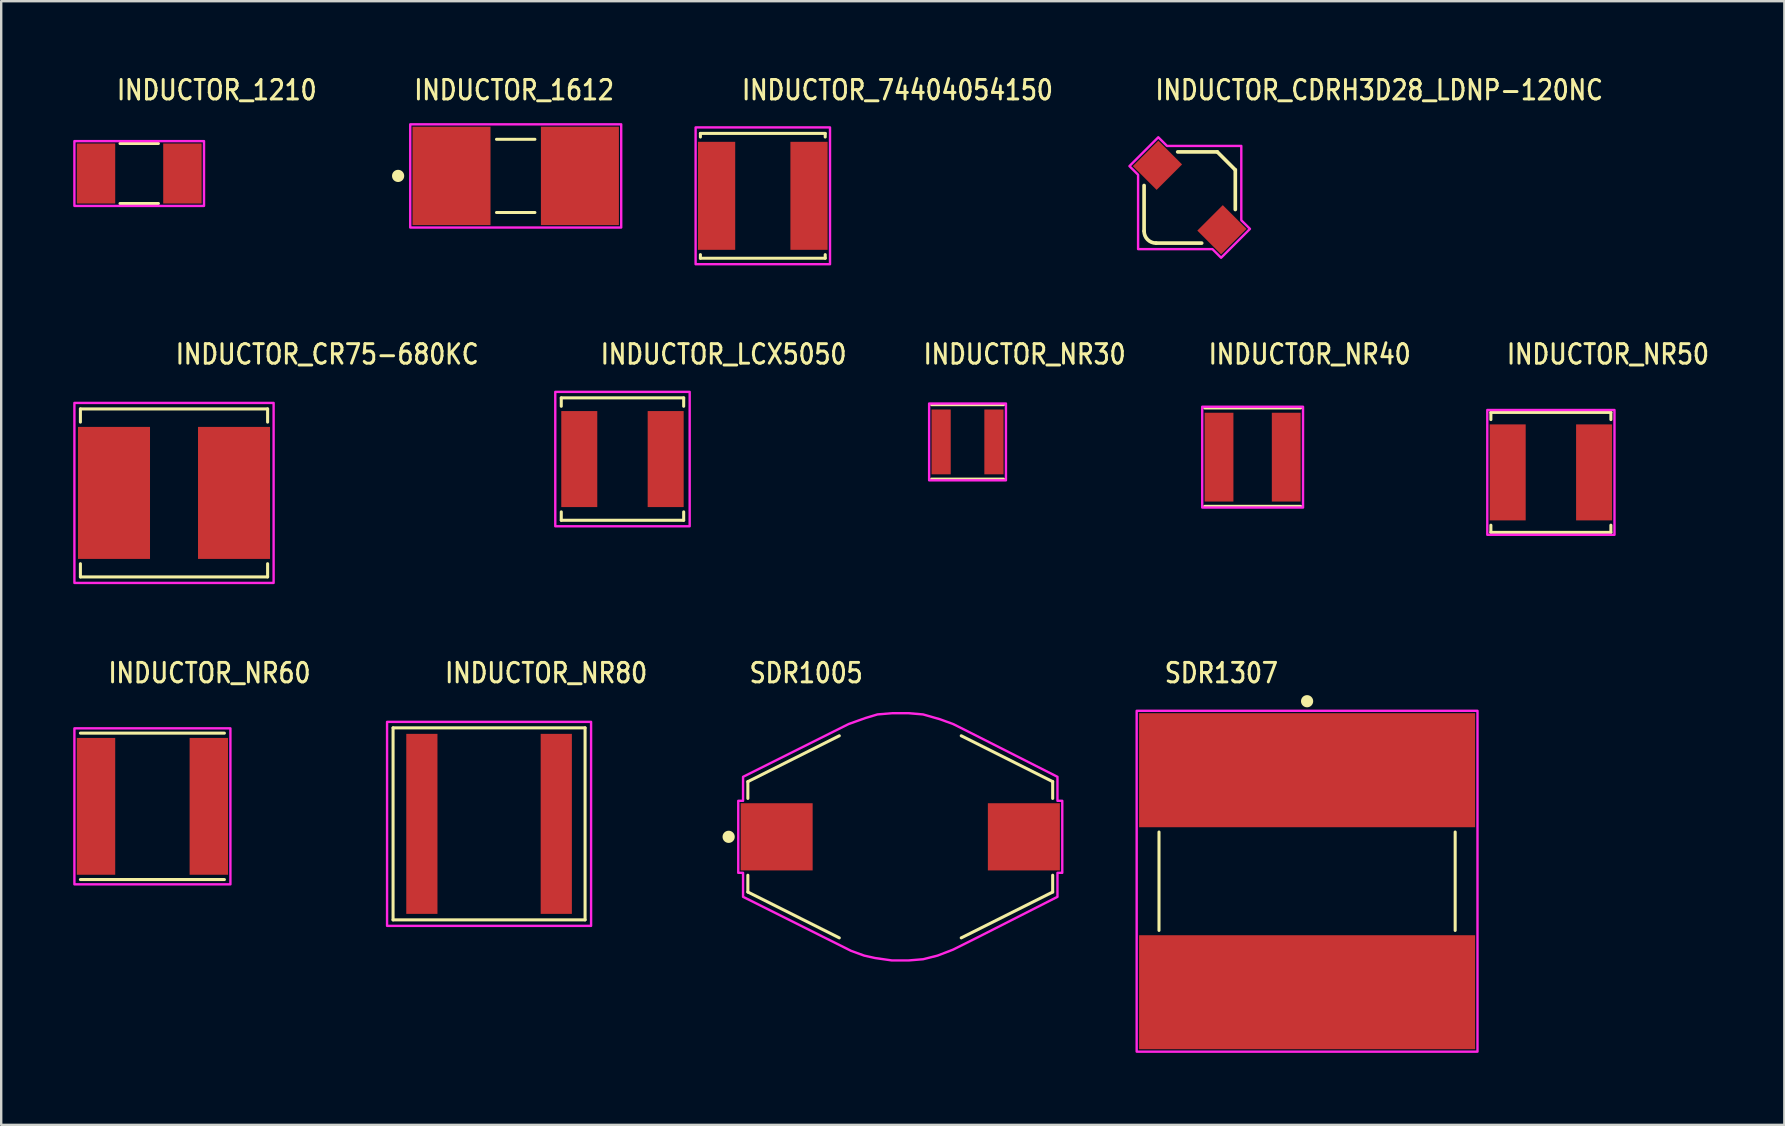
<source format=kicad_pcb>
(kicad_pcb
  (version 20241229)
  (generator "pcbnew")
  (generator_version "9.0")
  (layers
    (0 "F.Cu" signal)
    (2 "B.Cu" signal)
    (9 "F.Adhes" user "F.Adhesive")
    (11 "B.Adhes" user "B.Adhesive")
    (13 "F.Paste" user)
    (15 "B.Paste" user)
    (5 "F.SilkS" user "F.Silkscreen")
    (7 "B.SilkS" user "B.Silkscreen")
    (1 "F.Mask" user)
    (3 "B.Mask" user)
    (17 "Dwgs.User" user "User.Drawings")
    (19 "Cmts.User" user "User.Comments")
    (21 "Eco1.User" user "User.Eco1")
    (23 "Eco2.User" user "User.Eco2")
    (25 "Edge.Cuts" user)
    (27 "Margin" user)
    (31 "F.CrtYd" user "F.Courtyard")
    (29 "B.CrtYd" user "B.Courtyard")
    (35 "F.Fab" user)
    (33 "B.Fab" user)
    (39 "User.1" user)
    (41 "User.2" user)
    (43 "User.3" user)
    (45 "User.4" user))
  (footprint "INDUCTOR_NR40"
    (layer "F.Cu")
    (at 49.14 15.997)
    (property "Reference" "INDUCTOR_NR40" (at -1.905 -3.81 0) (unlocked yes) (layer "F.SilkS") (effects (font (size 0.813 0.695) (thickness 0.122)) (justify left bottom)))
    (fp_line (start -2 -2.05) (end 2 -2.05) (stroke (width 0.127) (type solid)) (layer "F.SilkS"))
    (fp_line (start -2 2.05) (end 2 2.05) (stroke (width 0.127) (type solid)) (layer "F.SilkS"))
    (fp_poly (pts (xy -2.1 -2.1) (xy 2.1 -2.1) (xy 2.1 2.1) (xy -2.1 2.1)) (stroke (width 0.1) (type solid)) (fill no) (layer "F.CrtYd"))
    (pad "1" smd rect (at 1.4 0) (size 1.2 3.7) (layers "F.Cu" "F.Mask" "F.Paste"))
    (pad "2" smd rect (at -1.4 0) (size 1.2 3.7) (layers "F.Cu" "F.Mask" "F.Paste")))
  (footprint "INDUCTOR_NR80"
    (layer "F.Cu")
    (at 17.327 31.276)
    (property "Reference" "INDUCTOR_NR80" (at -1.905 -5.81 0) (unlocked yes) (layer "F.SilkS") (effects (font (size 0.813 0.695) (thickness 0.122)) (justify left bottom)))
    (fp_line (start -4 -4) (end -4 4) (stroke (width 0.127) (type solid)) (layer "F.SilkS"))
    (fp_line (start -4 -4) (end 4 -4) (stroke (width 0.127) (type solid)) (layer "F.SilkS"))
    (fp_line (start -4 4) (end 4 4) (stroke (width 0.127) (type solid)) (layer "F.SilkS"))
    (fp_line (start 4 -4) (end 4 4) (stroke (width 0.127) (type solid)) (layer "F.SilkS"))
    (fp_poly (pts (xy -4.25 -4.25) (xy 4.25 -4.25) (xy 4.25 4.25) (xy -4.25 4.25)) (stroke (width 0.1) (type solid)) (fill no) (layer "F.CrtYd"))
    (pad "1" smd rect (at 2.8 0) (size 1.3 7.5) (layers "F.Cu" "F.Mask" "F.Paste"))
    (pad "2" smd rect (at -2.8 0) (size 1.3 7.5) (layers "F.Cu" "F.Mask" "F.Paste")))
  (footprint "INDUCTOR_NR30"
    (layer "F.Cu")
    (at 37.262 15.362)
    (property "Reference" "INDUCTOR_NR30" (at -1.905 -3.175 0) (unlocked yes) (layer "F.SilkS") (effects (font (size 0.813 0.695) (thickness 0.122)) (justify left bottom)))
    (fp_line (start -1.5 -1.55) (end 1.5 -1.55) (stroke (width 0.127) (type solid)) (layer "F.SilkS"))
    (fp_line (start -1.5 1.55) (end 1.5 1.55) (stroke (width 0.127) (type solid)) (layer "F.SilkS"))
    (fp_poly (pts (xy -1.6 -1.6) (xy 1.6 -1.6) (xy 1.6 1.6) (xy -1.6 1.6)) (stroke (width 0.1) (type solid)) (fill no) (layer "F.CrtYd"))
    (pad "1" smd rect (at 1.1 0) (size 0.8 2.7) (layers "F.Cu" "F.Mask" "F.Paste"))
    (pad "2" smd rect (at -1.1 0) (size 0.8 2.7) (layers "F.Cu" "F.Mask" "F.Paste")))
  (footprint "INDUCTOR_CR75-680KC"
    (layer "F.Cu")
    (at 4.2 17.487)
    (property "Reference" "INDUCTOR_CR75-680KC" (at 0 -5.3 0) (unlocked yes) (layer "F.SilkS") (effects (font (size 0.813 0.695) (thickness 0.122)) (justify left bottom)))
    (fp_line (start -3.9 -3.5) (end -3.9 -2.95) (stroke (width 0.127) (type solid)) (layer "F.SilkS"))
    (fp_line (start -3.9 -3.5) (end 3.9 -3.5) (stroke (width 0.127) (type solid)) (layer "F.SilkS"))
    (fp_line (start -3.9 2.95) (end -3.9 3.5) (stroke (width 0.127) (type solid)) (layer "F.SilkS"))
    (fp_line (start 3.9 -3.5) (end 3.9 -2.95) (stroke (width 0.127) (type solid)) (layer "F.SilkS"))
    (fp_line (start 3.9 2.95) (end 3.9 3.5) (stroke (width 0.127) (type solid)) (layer "F.SilkS"))
    (fp_line (start 3.9 3.5) (end -3.9 3.5) (stroke (width 0.127) (type solid)) (layer "F.SilkS"))
    (fp_poly (pts (xy -4.15 -3.75) (xy 4.15 -3.75) (xy 4.15 3.75) (xy -4.15 3.75)) (stroke (width 0.1) (type solid)) (fill no) (layer "F.CrtYd"))
    (pad "1" smd rect (at -2.5 0) (size 3 5.5) (layers "F.Cu" "F.Mask" "F.Paste"))
    (pad "2" smd rect (at 2.5 0) (size 3 5.5) (layers "F.Cu" "F.Mask" "F.Paste")))
  (footprint "INDUCTOR_NR50"
    (layer "F.Cu")
    (at 61.567 16.632)
    (property "Reference" "INDUCTOR_NR50" (at -1.905 -4.445 0) (unlocked yes) (layer "F.SilkS") (effects (font (size 0.813 0.695) (thickness 0.122)) (justify left bottom)))
    (fp_line (start -2.5 -2.5) (end -2.5 -2.2) (stroke (width 0.127) (type solid)) (layer "F.SilkS"))
    (fp_line (start -2.5 -2.5) (end 2.5 -2.5) (stroke (width 0.127) (type solid)) (layer "F.SilkS"))
    (fp_line (start -2.5 2.5) (end -2.5 2.2) (stroke (width 0.127) (type solid)) (layer "F.SilkS"))
    (fp_line (start -2.5 2.5) (end 2.5 2.5) (stroke (width 0.127) (type solid)) (layer "F.SilkS"))
    (fp_line (start 2.5 -2.5) (end 2.5 -2.2) (stroke (width 0.127) (type solid)) (layer "F.SilkS"))
    (fp_line (start 2.5 2.5) (end 2.5 2.2) (stroke (width 0.127) (type solid)) (layer "F.SilkS"))
    (fp_poly (pts (xy -2.65 -2.6) (xy 2.65 -2.6) (xy 2.65 2.6) (xy -2.65 2.6)) (stroke (width 0.1) (type solid)) (fill no) (layer "F.CrtYd"))
    (pad "P$1" smd rect (at 1.8 0) (size 1.5 4) (layers "F.Cu" "F.Mask" "F.Paste"))
    (pad "P$2" smd rect (at -1.8 0) (size 1.5 4) (layers "F.Cu" "F.Mask" "F.Paste")))
  (footprint "INDUCTOR_1612"
    (layer "F.Cu")
    (at 18.437 4.279)
    (property "Reference" "INDUCTOR_1612" (at -4.3 -3.1 0) (unlocked yes) (layer "F.SilkS") (effects (font (size 0.813 0.695) (thickness 0.122)) (justify left bottom)))
    (fp_line (start -0.8 -1.525) (end 0.8 -1.525) (stroke (width 0.127) (type solid)) (layer "F.SilkS"))
    (fp_line (start -0.8 1.525) (end 0.8 1.525) (stroke (width 0.127) (type solid)) (layer "F.SilkS"))
    (fp_circle (center -4.9 0) (end -4.646 0) (stroke (width 0) (type solid)) (fill yes) (layer "F.SilkS"))
    (fp_poly (pts (xy -4.395 -2.15) (xy 4.395 -2.15) (xy 4.395 2.15) (xy -4.395 2.15)) (stroke (width 0.1) (type solid)) (fill no) (layer "F.CrtYd"))
    (pad "1" smd rect (at -2.675 0) (size 3.25 4.1) (layers "F.Cu" "F.Mask" "F.Paste"))
    (pad "2" smd rect (at 2.675 0) (size 3.25 4.1) (layers "F.Cu" "F.Mask" "F.Paste")))
  (footprint "INDUCTOR_74404054150"
    (layer "F.Cu")
    (at 28.732 5.109)
    (property "Reference" "INDUCTOR_74404054150" (at -0.94 -3.93 0) (unlocked yes) (layer "F.SilkS") (effects (font (size 0.813 0.695) (thickness 0.122)) (justify left bottom)))
    (fp_line (start -2.6 -2.6) (end -2.6 -2.45) (stroke (width 0.127) (type solid)) (layer "F.SilkS"))
    (fp_line (start -2.6 -2.6) (end 2.6 -2.6) (stroke (width 0.127) (type solid)) (layer "F.SilkS"))
    (fp_line (start -2.6 2.45) (end -2.6 2.6) (stroke (width 0.127) (type solid)) (layer "F.SilkS"))
    (fp_line (start 2.6 -2.6) (end 2.6 -2.45) (stroke (width 0.127) (type solid)) (layer "F.SilkS"))
    (fp_line (start 2.6 2.45) (end 2.6 2.6) (stroke (width 0.127) (type solid)) (layer "F.SilkS"))
    (fp_line (start 2.6 2.6) (end -2.6 2.6) (stroke (width 0.127) (type solid)) (layer "F.SilkS"))
    (fp_poly (pts (xy -2.8 2.85) (xy -2.8 -2.85) (xy 2.8 -2.85) (xy 2.8 2.85)) (stroke (width 0.1) (type solid)) (fill no) (layer "F.CrtYd"))
    (pad "1" smd rect (at -1.925 0) (size 1.55 4.5) (layers "F.Cu" "F.Mask" "F.Paste"))
    (pad "2" smd rect (at 1.925 0) (size 1.55 4.5) (layers "F.Cu" "F.Mask" "F.Paste")))
  (footprint "INDUCTOR_NR60"
    (layer "F.Cu")
    (at 3.3 30.546)
    (property "Reference" "INDUCTOR_NR60" (at -1.905 -5.08 0) (unlocked yes) (layer "F.SilkS") (effects (font (size 0.813 0.695) (thickness 0.122)) (justify left bottom)))
    (fp_line (start -3 -3.05) (end 3 -3.05) (stroke (width 0.127) (type solid)) (layer "F.SilkS"))
    (fp_line (start -3 3.05) (end 3 3.05) (stroke (width 0.127) (type solid)) (layer "F.SilkS"))
    (fp_poly (pts (xy -3.25 -3.25) (xy 3.25 -3.25) (xy 3.25 3.25) (xy -3.25 3.25)) (stroke (width 0.1) (type solid)) (fill no) (layer "F.CrtYd"))
    (pad "P$1" smd rect (at 2.35 0) (size 1.6 5.7) (layers "F.Cu" "F.Mask" "F.Paste"))
    (pad "P$2" smd rect (at -2.35 0) (size 1.6 5.7) (layers "F.Cu" "F.Mask" "F.Paste")))
  (footprint "INDUCTOR_1210"
    (layer "F.Cu")
    (at 2.75 4.179)
    (property "Reference" "INDUCTOR_1210" (at -1 -3 0) (unlocked yes) (layer "F.SilkS") (effects (font (size 0.813 0.695) (thickness 0.122)) (justify left bottom)))
    (fp_line (start -0.8 -1.25) (end 0.8 -1.25) (stroke (width 0.127) (type solid)) (layer "F.SilkS"))
    (fp_line (start -0.8 1.25) (end 0.8 1.25) (stroke (width 0.127) (type solid)) (layer "F.SilkS"))
    (fp_poly (pts (xy -2.7 -1.35) (xy 2.7 -1.35) (xy 2.7 1.35) (xy -2.7 1.35)) (stroke (width 0.1) (type solid)) (fill no) (layer "F.CrtYd"))
    (pad "1" smd rect (at -1.8 0) (size 1.6 2.5) (layers "F.Cu" "F.Mask" "F.Paste"))
    (pad "2" smd rect (at 1.8 0) (size 1.6 2.5) (layers "F.Cu" "F.Mask" "F.Paste")))
  (footprint "INDUCTOR_CDRH3D28_LDNP-120NC"
    (layer "F.Cu")
    (at 46.518 5.179)
    (property "Reference" "INDUCTOR_CDRH3D28_LDNP-120NC" (at -1.5 -4 0) (unlocked yes) (layer "F.SilkS") (effects (font (size 0.813 0.695) (thickness 0.122)) (justify left bottom)))
    (fp_line (start -1.9 -0.5) (end -1.9 1.4) (stroke (width 0.152) (type solid)) (layer "F.SilkS"))
    (fp_line (start -1.4 1.9) (end 0.5 1.9) (stroke (width 0.152) (type solid)) (layer "F.SilkS"))
    (fp_line (start -0.5 -1.9) (end 1.15 -1.9) (stroke (width 0.152) (type solid)) (layer "F.SilkS"))
    (fp_line (start 1.15 -1.9) (end 1.9 -1.15) (stroke (width 0.152) (type solid)) (layer "F.SilkS"))
    (fp_line (start 1.9 -1.15) (end 1.9 0.5) (stroke (width 0.152) (type solid)) (layer "F.SilkS"))
    (fp_arc (start -1.4 1.9) (mid -1.753553 1.753553) (end -1.9 1.4) (stroke (width 0.1524) (type solid)) (layer "F.SilkS"))
    (fp_poly (pts (xy -2.51 -1.308) (xy -1.308 -2.51) (xy -0.948 -2.15) (xy 2.15 -2.15) (xy 2.15 0.948) (xy 2.51 1.308) (xy 1.308 2.51) (xy 0.948 2.15) (xy -2.15 2.15) (xy -2.15 -0.948)) (stroke (width 0.1) (type solid)) (fill no) (layer "F.CrtYd"))
    (pad "1" smd rect (at -1.343 -1.343 315) (size 1.4 1.5) (layers "F.Cu" "F.Mask" "F.Paste"))
    (pad "2" smd rect (at 1.343 1.343 315) (size 1.4 1.5) (layers "F.Cu" "F.Mask" "F.Paste")))
  (footprint "SDR1005"
    (layer "F.Cu")
    (at 34.459 31.816)
    (property "Reference" "SDR1005" (at -6.35 -6.35 0) (unlocked yes) (layer "F.SilkS") (effects (font (size 0.813 0.695) (thickness 0.122)) (justify left bottom)))
    (fp_line (start -6.35 -2.3) (end -6.35 -1.6) (stroke (width 0.127) (type solid)) (layer "F.SilkS"))
    (fp_line (start -6.35 1.6) (end -6.35 2.3) (stroke (width 0.127) (type solid)) (layer "F.SilkS"))
    (fp_line (start -6.35 2.3) (end -2.54 4.21) (stroke (width 0.127) (type solid)) (layer "F.SilkS"))
    (fp_line (start -2.54 -4.21) (end -6.35 -2.3) (stroke (width 0.127) (type solid)) (layer "F.SilkS"))
    (fp_line (start 2.54 4.21) (end 6.35 2.3) (stroke (width 0.127) (type solid)) (layer "F.SilkS"))
    (fp_line (start 6.35 -2.3) (end 2.54 -4.21) (stroke (width 0.127) (type solid)) (layer "F.SilkS"))
    (fp_line (start 6.35 -1.6) (end 6.35 -2.3) (stroke (width 0.127) (type solid)) (layer "F.SilkS"))
    (fp_line (start 6.35 2.3) (end 6.35 1.6) (stroke (width 0.127) (type solid)) (layer "F.SilkS"))
    (fp_circle (center -7.15 0) (end -6.896 0) (stroke (width 0) (type solid)) (fill yes) (layer "F.SilkS"))
    (fp_poly (pts (xy -6.75 -1.5) (xy -6.55 -1.5) (xy -6.55 -2.5) (xy -2.15 -4.7) (xy -1.45 -4.95) (xy -0.95 -5.1) (xy -0.35 -5.15) (xy 0.35 -5.15) (xy 0.95 -5.1) (xy 1.65 -4.9) (xy 2.2 -4.7) (xy 2.8 -4.4) (xy 6.55 -2.5) (xy 6.55 -1.5) (xy 6.75 -1.5) (xy 6.75 1.5) (xy 6.55 1.5) (xy 6.55 2.5) (xy 3.3 4.15) (xy 2.2 4.7) (xy 1.55 4.95) (xy 0.95 5.1) (xy 0.35 5.15) (xy -0.35 5.15) (xy -1.05 5.05) (xy -1.5 4.95) (xy -2.05 4.75) (xy -6.55 2.5) (xy -6.55 1.5) (xy -6.75 1.5)) (stroke (width 0.1) (type solid)) (fill no) (layer "F.CrtYd"))
    (pad "1" smd rect (at -5.15 0) (size 3 2.8) (layers "F.Cu" "F.Mask" "F.Paste"))
    (pad "2" smd rect (at 5.15 0) (size 3 2.8) (layers "F.Cu" "F.Mask" "F.Paste")))
  (footprint "INDUCTOR_LCX5050"
    (layer "F.Cu")
    (at 22.885 16.077)
    (property "Reference" "INDUCTOR_LCX5050" (at -0.98 -3.89 0) (unlocked yes) (layer "F.SilkS") (effects (font (size 0.813 0.695) (thickness 0.122)) (justify left bottom)))
    (fp_line (start -2.55 -2.55) (end -2.55 -2.2) (stroke (width 0.127) (type solid)) (layer "F.SilkS"))
    (fp_line (start -2.55 -2.55) (end 2.55 -2.55) (stroke (width 0.127) (type solid)) (layer "F.SilkS"))
    (fp_line (start -2.55 2.2) (end -2.55 2.55) (stroke (width 0.127) (type solid)) (layer "F.SilkS"))
    (fp_line (start 2.55 -2.55) (end 2.55 -2.2) (stroke (width 0.127) (type solid)) (layer "F.SilkS"))
    (fp_line (start 2.55 2.2) (end 2.55 2.55) (stroke (width 0.127) (type solid)) (layer "F.SilkS"))
    (fp_line (start 2.55 2.55) (end -2.55 2.55) (stroke (width 0.127) (type solid)) (layer "F.SilkS"))
    (fp_poly (pts (xy -2.8 -2.8) (xy 2.8 -2.8) (xy 2.8 2.8) (xy -2.8 2.8)) (stroke (width 0.1) (type solid)) (fill no) (layer "F.CrtYd"))
    (pad "1" smd rect (at -1.8 0) (size 1.5 4) (layers "F.Cu" "F.Mask" "F.Paste"))
    (pad "2" smd rect (at 1.8 0) (size 1.5 4) (layers "F.Cu" "F.Mask" "F.Paste")))
  (footprint "SDR1307"
    (layer "F.Cu")
    (at 51.409 33.666)
    (property "Reference" "SDR1307" (at -6 -8.2 0) (unlocked yes) (layer "F.SilkS") (effects (font (size 0.813 0.695) (thickness 0.122)) (justify left bottom)))
    (fp_line (start -6.17 2.05) (end -6.17 -2.05) (stroke (width 0.127) (type solid)) (layer "F.SilkS"))
    (fp_line (start 6.17 -2.05) (end 6.17 2.05) (stroke (width 0.127) (type solid)) (layer "F.SilkS"))
    (fp_circle (center 0 -7.5) (end 0.254 -7.5) (stroke (width 0) (type solid)) (fill yes) (layer "F.SilkS"))
    (fp_poly (pts (xy -7.1 -7.1) (xy -7.1 7.1) (xy 7.1 7.1) (xy 7.1 -7.1)) (stroke (width 0.1) (type solid)) (fill no) (layer "F.CrtYd"))
    (pad "1" smd rect (at 0 -4.625) (size 14 4.75) (layers "F.Cu" "F.Mask" "F.Paste"))
    (pad "2" smd rect (at 0 4.625) (size 14 4.75) (layers "F.Cu" "F.Mask" "F.Paste")))
  (gr_rect
    (start -3 -3)
    (end 71.294 43.816)
    (stroke (width 0.1) (type default))
    (fill no)
    (layer "Edge.Cuts")))
</source>
